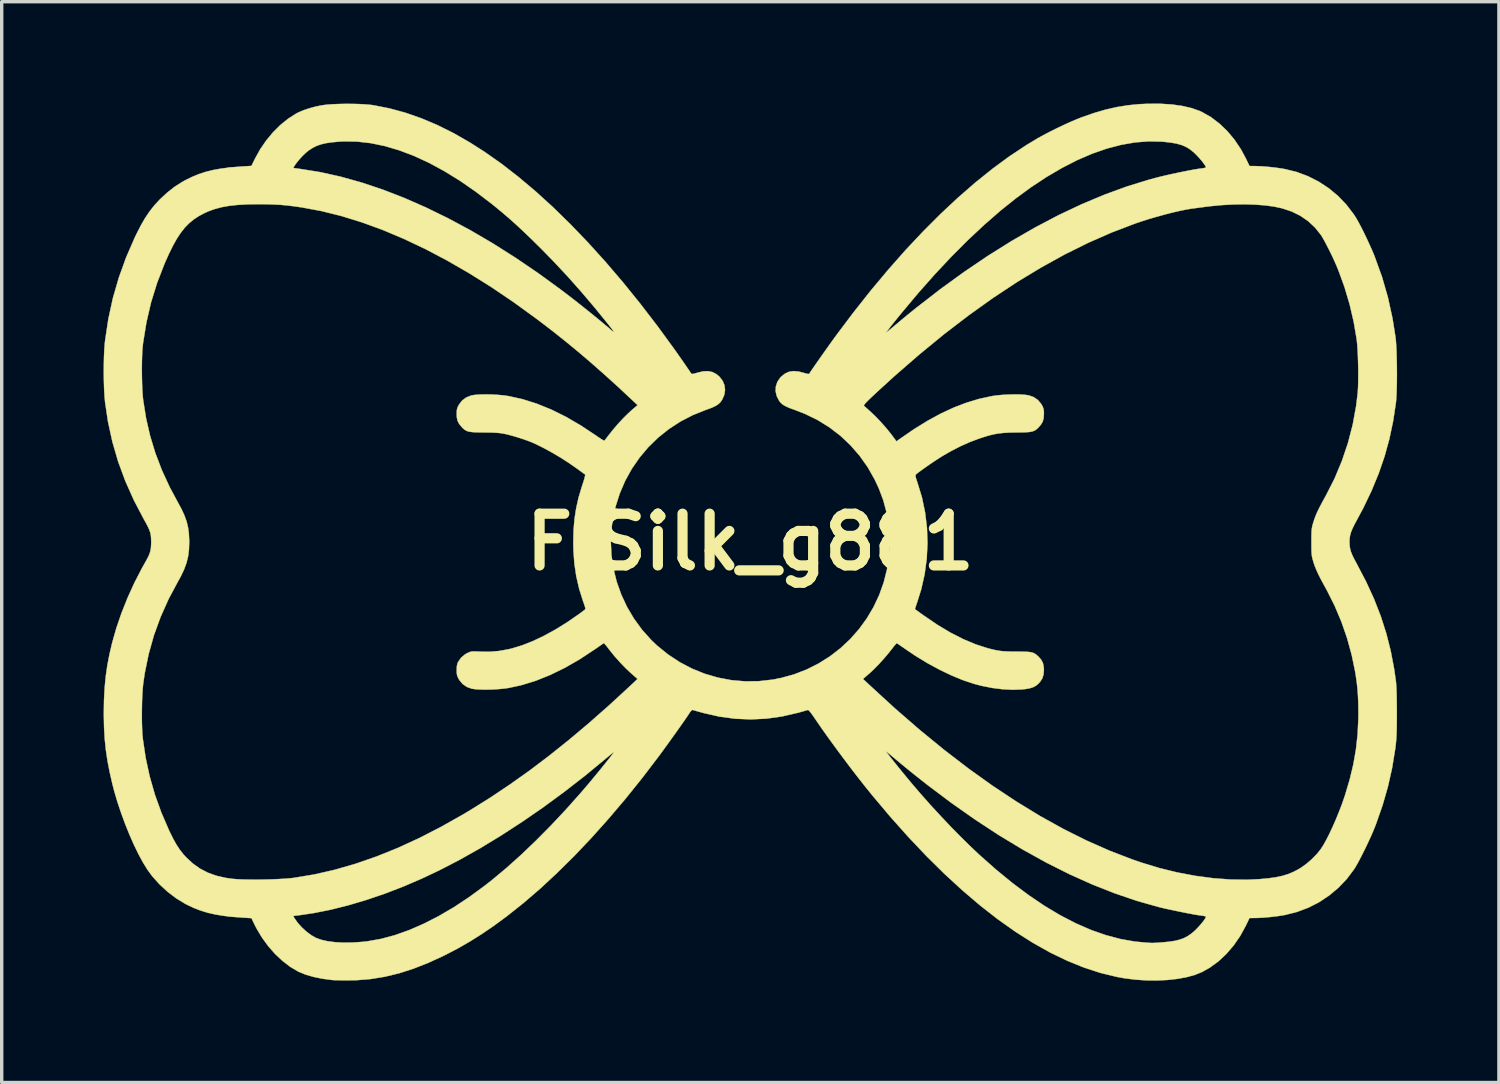
<source format=kicad_pcb>
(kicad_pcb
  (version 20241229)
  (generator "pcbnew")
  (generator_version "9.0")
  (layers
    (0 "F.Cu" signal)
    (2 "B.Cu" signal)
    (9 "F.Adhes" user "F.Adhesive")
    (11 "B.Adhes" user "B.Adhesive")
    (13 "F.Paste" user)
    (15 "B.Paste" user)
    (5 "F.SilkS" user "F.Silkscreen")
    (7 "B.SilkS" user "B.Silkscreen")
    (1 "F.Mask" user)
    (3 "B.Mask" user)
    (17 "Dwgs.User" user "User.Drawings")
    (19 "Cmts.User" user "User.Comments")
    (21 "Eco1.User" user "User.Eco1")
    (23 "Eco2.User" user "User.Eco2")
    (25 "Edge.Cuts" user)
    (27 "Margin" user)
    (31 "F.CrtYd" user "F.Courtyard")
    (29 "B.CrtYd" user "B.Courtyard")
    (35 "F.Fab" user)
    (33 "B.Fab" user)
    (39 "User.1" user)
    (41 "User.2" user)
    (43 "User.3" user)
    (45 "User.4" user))
  (footprint "F.Silk_g881"
    (layer "F.Cu")
    (at 19.044 12.911)
    (property "Reference" "F.Silk_g881" (at 0 0 0) (layer "F.SilkS") (effects (font (size 1.524 1.524) (thickness 0.3))))
    (attr through_hole)
    (fp_poly (pts (xy 12.412 -12.885) (xy 12.722 -12.841) (xy 12.998 -12.777) (xy 13.239 -12.691) (xy 13.303 -12.661) (xy 13.566 -12.511) (xy 13.815 -12.322) (xy 14.047 -12.1) (xy 14.259 -11.846) (xy 14.448 -11.564) (xy 14.591 -11.299) (xy 14.7 -11.072) (xy 14.859 -11.071) (xy 15.035 -11.065) (xy 15.235 -11.05) (xy 15.442 -11.028) (xy 15.639 -11) (xy 15.734 -10.984) (xy 16.085 -10.898) (xy 16.42 -10.773) (xy 16.738 -10.612) (xy 17.035 -10.417) (xy 17.308 -10.19) (xy 17.554 -9.933) (xy 17.771 -9.649) (xy 17.847 -9.53) (xy 17.909 -9.42) (xy 17.984 -9.279) (xy 18.065 -9.118) (xy 18.148 -8.945) (xy 18.23 -8.769) (xy 18.306 -8.599) (xy 18.371 -8.445) (xy 18.383 -8.414) (xy 18.6 -7.814) (xy 18.776 -7.205) (xy 18.912 -6.584) (xy 19.001 -6.022) (xy 19.013 -5.901) (xy 19.023 -5.746) (xy 19.031 -5.565) (xy 19.036 -5.365) (xy 19.04 -5.155) (xy 19.041 -4.942) (xy 19.04 -4.733) (xy 19.036 -4.537) (xy 19.03 -4.36) (xy 19.022 -4.212) (xy 19.012 -4.106) (xy 18.93 -3.562) (xy 18.819 -3.036) (xy 18.678 -2.524) (xy 18.504 -2.018) (xy 18.296 -1.514) (xy 18.052 -1.004) (xy 17.867 -0.658) (xy 17.787 -0.51) (xy 17.729 -0.389) (xy 17.688 -0.287) (xy 17.662 -0.195) (xy 17.648 -0.104) (xy 17.644 -0.007) (xy 17.644 0) (xy 17.648 0.098) (xy 17.661 0.188) (xy 17.685 0.28) (xy 17.725 0.382) (xy 17.783 0.501) (xy 17.861 0.646) (xy 17.867 0.658) (xy 18.137 1.174) (xy 18.369 1.681) (xy 18.566 2.185) (xy 18.728 2.692) (xy 18.859 3.208) (xy 18.96 3.74) (xy 19.012 4.106) (xy 19.021 4.21) (xy 19.029 4.353) (xy 19.034 4.533) (xy 19.037 4.747) (xy 19.039 4.992) (xy 19.039 5.038) (xy 19.038 5.243) (xy 19.037 5.414) (xy 19.034 5.555) (xy 19.03 5.676) (xy 19.024 5.782) (xy 19.016 5.88) (xy 19.006 5.977) (xy 18.993 6.081) (xy 18.991 6.096) (xy 18.899 6.657) (xy 18.776 7.205) (xy 18.62 7.748) (xy 18.429 8.295) (xy 18.379 8.424) (xy 18.326 8.552) (xy 18.261 8.699) (xy 18.187 8.859) (xy 18.108 9.024) (xy 18.027 9.186) (xy 17.949 9.338) (xy 17.878 9.471) (xy 17.816 9.578) (xy 17.783 9.631) (xy 17.566 9.92) (xy 17.319 10.18) (xy 17.045 10.409) (xy 16.748 10.607) (xy 16.429 10.769) (xy 16.092 10.895) (xy 15.741 10.983) (xy 15.734 10.984) (xy 15.549 11.014) (xy 15.345 11.039) (xy 15.139 11.058) (xy 14.948 11.069) (xy 14.859 11.071) (xy 14.7 11.072) (xy 14.591 11.299) (xy 14.425 11.602) (xy 14.233 11.88) (xy 14.018 12.13) (xy 13.784 12.349) (xy 13.533 12.532) (xy 13.303 12.661) (xy 13.094 12.746) (xy 12.851 12.813) (xy 12.58 12.863) (xy 12.288 12.896) (xy 11.979 12.911) (xy 11.66 12.908) (xy 11.336 12.886) (xy 11.012 12.845) (xy 10.787 12.804) (xy 10.305 12.687) (xy 9.817 12.527) (xy 9.323 12.326) (xy 8.823 12.084) (xy 8.318 11.8) (xy 7.808 11.476) (xy 7.293 11.112) (xy 6.773 10.706) (xy 6.25 10.261) (xy 5.722 9.776) (xy 5.19 9.251) (xy 4.655 8.686) (xy 4.116 8.082) (xy 3.575 7.439) (xy 3.568 7.429) (xy 3.372 7.187) (xy 3.164 6.922) (xy 2.948 6.642) (xy 2.731 6.353) (xy 2.595 6.17) (xy 4 6.17) (xy 4.013 6.19) (xy 4.049 6.239) (xy 4.105 6.311) (xy 4.176 6.401) (xy 4.26 6.506) (xy 4.352 6.621) (xy 4.449 6.74) (xy 4.547 6.86) (xy 4.643 6.976) (xy 4.729 7.08) (xy 5.007 7.405) (xy 5.301 7.737) (xy 5.605 8.067) (xy 5.911 8.391) (xy 6.214 8.699) (xy 6.506 8.985) (xy 6.738 9.204) (xy 7.233 9.643) (xy 7.72 10.042) (xy 8.198 10.399) (xy 8.667 10.716) (xy 9.129 10.992) (xy 9.583 11.227) (xy 10.03 11.422) (xy 10.469 11.576) (xy 10.902 11.691) (xy 11.328 11.766) (xy 11.663 11.797) (xy 11.736 11.801) (xy 11.798 11.805) (xy 11.822 11.807) (xy 11.859 11.806) (xy 11.928 11.803) (xy 12.019 11.797) (xy 12.121 11.79) (xy 12.329 11.77) (xy 12.502 11.744) (xy 12.648 11.708) (xy 12.773 11.662) (xy 12.886 11.602) (xy 12.994 11.526) (xy 13.037 11.491) (xy 13.108 11.427) (xy 13.181 11.352) (xy 13.253 11.272) (xy 13.317 11.195) (xy 13.37 11.125) (xy 13.405 11.069) (xy 13.418 11.034) (xy 13.414 11.026) (xy 13.38 11.016) (xy 13.319 11.005) (xy 13.261 10.997) (xy 13.182 10.986) (xy 13.071 10.967) (xy 12.934 10.941) (xy 12.781 10.912) (xy 12.619 10.879) (xy 12.456 10.845) (xy 12.301 10.812) (xy 12.162 10.781) (xy 12.046 10.753) (xy 12.038 10.751) (xy 11.392 10.569) (xy 10.736 10.346) (xy 10.071 10.084) (xy 9.397 9.781) (xy 8.715 9.439) (xy 8.027 9.058) (xy 7.332 8.639) (xy 6.632 8.181) (xy 5.927 7.686) (xy 5.218 7.154) (xy 4.794 6.819) (xy 4.669 6.718) (xy 4.541 6.613) (xy 4.418 6.512) (xy 4.309 6.421) (xy 4.223 6.348) (xy 4.207 6.335) (xy 4.13 6.27) (xy 4.066 6.217) (xy 4.021 6.182) (xy 4.001 6.169) (xy 4 6.17) (xy 2.595 6.17) (xy 2.517 6.065) (xy 2.312 5.783) (xy 2.121 5.515) (xy 1.952 5.27) (xy 1.899 5.192) (xy 1.822 5.081) (xy 1.764 5.004) (xy 1.724 4.959) (xy 1.698 4.944) (xy 1.693 4.945) (xy 1.662 4.955) (xy 1.598 4.973) (xy 1.511 4.998) (xy 1.41 5.026) (xy 1.397 5.029) (xy 0.934 5.136) (xy 0.473 5.201) (xy 0.012 5.223) (xy -0.448 5.203) (xy -0.909 5.141) (xy -1.372 5.036) (xy -1.397 5.029) (xy -1.499 5.001) (xy -1.588 4.976) (xy -1.655 4.956) (xy -1.691 4.945) (xy -1.693 4.944) (xy -1.724 4.952) (xy -1.765 4.997) (xy -1.789 5.032) (xy -1.831 5.097) (xy -1.895 5.191) (xy -1.977 5.309) (xy -2.072 5.444) (xy -2.176 5.591) (xy -2.287 5.746) (xy -2.399 5.902) (xy -2.51 6.055) (xy -2.614 6.198) (xy -2.695 6.308) (xy -3.183 6.948) (xy -3.678 7.564) (xy -4.178 8.153) (xy -4.68 8.714) (xy -5.183 9.244) (xy -5.686 9.741) (xy -6.184 10.204) (xy -6.678 10.629) (xy -7.164 11.015) (xy -7.2 11.042) (xy -7.562 11.308) (xy -7.909 11.544) (xy -8.251 11.759) (xy -8.596 11.958) (xy -8.956 12.146) (xy -9.028 12.182) (xy -9.481 12.391) (xy -9.918 12.563) (xy -10.345 12.7) (xy -10.764 12.801) (xy -11.18 12.869) (xy -11.596 12.903) (xy -11.896 12.908) (xy -12.019 12.907) (xy -12.133 12.904) (xy -12.228 12.902) (xy -12.295 12.899) (xy -12.319 12.897) (xy -12.602 12.859) (xy -12.863 12.805) (xy -13.095 12.738) (xy -13.293 12.657) (xy -13.319 12.645) (xy -13.551 12.507) (xy -13.778 12.332) (xy -13.996 12.127) (xy -14.199 11.895) (xy -14.382 11.644) (xy -14.54 11.379) (xy -14.595 11.272) (xy -14.689 11.076) (xy -14.927 11.061) (xy -15.237 11.038) (xy -15.469 11.012) (xy -13.461 11.012) (xy -13.425 11.074) (xy -13.33 11.21) (xy -13.207 11.347) (xy -13.068 11.474) (xy -12.924 11.581) (xy -12.792 11.656) (xy -12.634 11.713) (xy -12.443 11.756) (xy -12.223 11.784) (xy -11.979 11.797) (xy -11.719 11.794) (xy -11.446 11.776) (xy -11.27 11.757) (xy -10.873 11.686) (xy -10.464 11.576) (xy -10.044 11.427) (xy -9.615 11.24) (xy -9.177 11.016) (xy -8.732 10.756) (xy -8.283 10.459) (xy -7.829 10.127) (xy -7.599 9.947) (xy -7.18 9.597) (xy -6.749 9.211) (xy -6.312 8.793) (xy -5.87 8.347) (xy -5.429 7.877) (xy -4.992 7.386) (xy -4.856 7.228) (xy -4.769 7.125) (xy -4.673 7.011) (xy -4.573 6.89) (xy -4.471 6.766) (xy -4.372 6.644) (xy -4.278 6.527) (xy -4.193 6.421) (xy -4.12 6.329) (xy -4.064 6.255) (xy -4.026 6.205) (xy -4.012 6.182) (xy -4.012 6.181) (xy -4.032 6.194) (xy -4.078 6.23) (xy -4.144 6.284) (xy -4.226 6.352) (xy -4.282 6.399) (xy -4.876 6.889) (xy -5.483 7.36) (xy -6.097 7.811) (xy -6.716 8.238) (xy -7.335 8.64) (xy -7.95 9.014) (xy -8.559 9.357) (xy -9.156 9.666) (xy -9.663 9.906) (xy -10.21 10.142) (xy -10.758 10.353) (xy -11.301 10.538) (xy -11.834 10.696) (xy -12.352 10.826) (xy -12.852 10.926) (xy -13.255 10.986) (xy -13.461 11.012) (xy -15.469 11.012) (xy -15.511 11.007) (xy -15.756 10.967) (xy -15.979 10.916) (xy -16.187 10.852) (xy -16.387 10.775) (xy -16.584 10.682) (xy -16.636 10.655) (xy -16.903 10.493) (xy -17.161 10.297) (xy -17.401 10.076) (xy -17.615 9.836) (xy -17.754 9.646) (xy -17.884 9.435) (xy -18.017 9.189) (xy -18.151 8.914) (xy -18.282 8.617) (xy -18.407 8.306) (xy -18.525 7.986) (xy -18.633 7.664) (xy -18.727 7.348) (xy -18.784 7.127) (xy -18.866 6.77) (xy -18.93 6.437) (xy -18.978 6.115) (xy -19.011 5.792) (xy -19.03 5.456) (xy -19.037 5.094) (xy -19.037 5.027) (xy -19.031 4.643) (xy -19.012 4.288) (xy -18.98 3.952) (xy -18.932 3.623) (xy -18.867 3.289) (xy -18.793 2.974) (xy -18.67 2.54) (xy -18.517 2.093) (xy -18.338 1.644) (xy -18.138 1.204) (xy -17.922 0.785) (xy -17.849 0.654) (xy -17.775 0.522) (xy -17.721 0.417) (xy -17.684 0.327) (xy -17.661 0.245) (xy -17.648 0.159) (xy -17.643 0.061) (xy -17.642 0) (xy -17.644 -0.103) (xy -17.651 -0.19) (xy -17.666 -0.269) (xy -17.693 -0.349) (xy -17.733 -0.44) (xy -17.789 -0.549) (xy -17.861 -0.677) (xy -18.154 -1.235) (xy -18.405 -1.799) (xy -18.616 -2.371) (xy -18.785 -2.952) (xy -18.914 -3.543) (xy -19 -4.117) (xy -19.016 -4.294) (xy -19.028 -4.503) (xy -19.035 -4.734) (xy -19.039 -4.977) (xy -19.038 -5.08) (xy -17.917 -5.08) (xy -17.915 -4.868) (xy -17.91 -4.66) (xy -17.902 -4.467) (xy -17.89 -4.297) (xy -17.878 -4.18) (xy -17.793 -3.646) (xy -17.674 -3.127) (xy -17.519 -2.618) (xy -17.327 -2.116) (xy -17.096 -1.615) (xy -16.86 -1.175) (xy -16.747 -0.966) (xy -16.661 -0.778) (xy -16.598 -0.602) (xy -16.556 -0.427) (xy -16.532 -0.245) (xy -16.523 -0.045) (xy -16.522 0) (xy -16.53 0.224) (xy -16.556 0.427) (xy -16.604 0.62) (xy -16.675 0.813) (xy -16.773 1.017) (xy -16.85 1.156) (xy -17.129 1.678) (xy -17.366 2.209) (xy -17.563 2.751) (xy -17.718 3.304) (xy -17.833 3.867) (xy -17.878 4.18) (xy -17.892 4.324) (xy -17.903 4.498) (xy -17.911 4.695) (xy -17.915 4.904) (xy -17.917 5.116) (xy -17.915 5.322) (xy -17.909 5.512) (xy -17.9 5.678) (xy -17.889 5.789) (xy -17.805 6.354) (xy -17.687 6.901) (xy -17.533 7.438) (xy -17.342 7.969) (xy -17.111 8.503) (xy -17.092 8.543) (xy -16.991 8.745) (xy -16.896 8.915) (xy -16.8 9.06) (xy -16.698 9.19) (xy -16.608 9.289) (xy -16.409 9.472) (xy -16.198 9.621) (xy -15.969 9.739) (xy -15.719 9.828) (xy -15.44 9.891) (xy -15.257 9.917) (xy -15.114 9.929) (xy -14.938 9.937) (xy -14.736 9.941) (xy -14.519 9.942) (xy -14.295 9.939) (xy -14.071 9.933) (xy -13.858 9.923) (xy -13.664 9.911) (xy -13.496 9.896) (xy -13.43 9.887) (xy -12.834 9.788) (xy -12.232 9.65) (xy -11.623 9.474) (xy -11.006 9.26) (xy -10.38 9.008) (xy -9.745 8.716) (xy -9.1 8.384) (xy -8.443 8.013) (xy -8.234 7.888) (xy -7.652 7.524) (xy -7.074 7.137) (xy -6.497 6.727) (xy -5.919 6.29) (xy -5.337 5.824) (xy -4.746 5.327) (xy -4.144 4.796) (xy -3.529 4.229) (xy -3.475 4.178) (xy -3.32 4.032) (xy -3.513 3.863) (xy -3.67 3.716) (xy -3.835 3.544) (xy -3.999 3.36) (xy -4.148 3.175) (xy -4.18 3.133) (xy -4.233 3.064) (xy -4.278 3.012) (xy -4.307 2.983) (xy -4.314 2.979) (xy -4.336 2.992) (xy -4.385 3.026) (xy -4.457 3.075) (xy -4.543 3.135) (xy -4.583 3.162) (xy -5.025 3.454) (xy -5.463 3.705) (xy -5.896 3.916) (xy -6.323 4.087) (xy -6.743 4.216) (xy -7.123 4.298) (xy -7.27 4.318) (xy -7.435 4.333) (xy -7.609 4.343) (xy -7.781 4.347) (xy -7.942 4.344) (xy -8.082 4.336) (xy -8.19 4.321) (xy -8.197 4.32) (xy -8.344 4.268) (xy -8.469 4.182) (xy -8.567 4.066) (xy -8.581 4.042) (xy -8.616 3.974) (xy -8.636 3.915) (xy -8.645 3.847) (xy -8.646 3.768) (xy -8.642 3.665) (xy -8.628 3.59) (xy -8.601 3.525) (xy -8.6 3.524) (xy -8.511 3.4) (xy -8.391 3.302) (xy -8.31 3.259) (xy -8.264 3.24) (xy -8.22 3.227) (xy -8.169 3.221) (xy -8.101 3.221) (xy -8.007 3.224) (xy -7.94 3.228) (xy -7.668 3.231) (xy -7.404 3.209) (xy -7.131 3.16) (xy -7.017 3.133) (xy -6.719 3.042) (xy -6.403 2.918) (xy -6.074 2.761) (xy -5.735 2.575) (xy -5.391 2.362) (xy -5.045 2.123) (xy -4.882 2.001) (xy -4.866 1.986) (xy -4.858 1.967) (xy -4.861 1.935) (xy -4.875 1.884) (xy -4.902 1.804) (xy -4.92 1.755) (xy -5.038 1.383) (xy -5.124 1.013) (xy -5.18 0.636) (xy -5.209 0.241) (xy -5.213 0.011) (xy -5.205 -0.347) (xy -5.177 -0.678) (xy -5.128 -0.994) (xy -5.057 -1.309) (xy -4.96 -1.634) (xy -4.941 -1.691) (xy -4.907 -1.794) (xy -4.882 -1.882) (xy -4.866 -1.947) (xy -4.861 -1.983) (xy -4.863 -1.988) (xy -4.886 -2.004) (xy -4.937 -2.041) (xy -5.007 -2.092) (xy -5.09 -2.153) (xy -5.103 -2.162) (xy -5.329 -2.32) (xy -5.574 -2.478) (xy -5.827 -2.628) (xy -6.077 -2.765) (xy -6.313 -2.882) (xy -6.424 -2.932) (xy -6.541 -2.978) (xy -6.685 -3.029) (xy -6.842 -3.08) (xy -6.998 -3.126) (xy -7.139 -3.164) (xy -7.206 -3.179) (xy -7.293 -3.196) (xy -7.379 -3.209) (xy -7.472 -3.217) (xy -7.582 -3.223) (xy -7.718 -3.226) (xy -7.842 -3.227) (xy -8.005 -3.229) (xy -8.131 -3.233) (xy -8.229 -3.242) (xy -8.305 -3.256) (xy -8.364 -3.278) (xy -8.415 -3.309) (xy -8.463 -3.35) (xy -8.501 -3.39) (xy -8.575 -3.481) (xy -8.62 -3.57) (xy -8.642 -3.673) (xy -8.646 -3.768) (xy -8.644 -3.858) (xy -8.634 -3.923) (xy -8.612 -3.982) (xy -8.581 -4.042) (xy -8.488 -4.164) (xy -8.368 -4.255) (xy -8.224 -4.313) (xy -8.197 -4.32) (xy -8.091 -4.335) (xy -7.953 -4.344) (xy -7.793 -4.347) (xy -7.622 -4.344) (xy -7.448 -4.335) (xy -7.283 -4.32) (xy -7.136 -4.3) (xy -7.127 -4.299) (xy -6.709 -4.207) (xy -6.288 -4.074) (xy -5.861 -3.901) (xy -5.428 -3.687) (xy -4.989 -3.431) (xy -4.575 -3.157) (xy -4.484 -3.094) (xy -4.404 -3.041) (xy -4.343 -3.003) (xy -4.307 -2.984) (xy -4.3 -2.983) (xy -4.282 -3.002) (xy -4.245 -3.048) (xy -4.197 -3.111) (xy -4.174 -3.141) (xy -4.045 -3.304) (xy -3.9 -3.473) (xy -3.749 -3.637) (xy -3.602 -3.783) (xy -3.508 -3.869) (xy -3.319 -4.032) (xy -3.475 -4.178) (xy -3.897 -4.572) (xy -4.299 -4.936) (xy -4.687 -5.278) (xy -5.067 -5.602) (xy -5.445 -5.913) (xy -5.826 -6.216) (xy -6.218 -6.516) (xy -6.297 -6.575) (xy -6.961 -7.057) (xy -7.621 -7.504) (xy -8.276 -7.914) (xy -8.924 -8.288) (xy -9.565 -8.626) (xy -10.198 -8.926) (xy -10.821 -9.189) (xy -11.435 -9.413) (xy -12.037 -9.599) (xy -12.627 -9.746) (xy -13.197 -9.852) (xy -13.424 -9.885) (xy -13.627 -9.91) (xy -13.821 -9.928) (xy -14.017 -9.939) (xy -14.229 -9.946) (xy -14.469 -9.948) (xy -14.503 -9.948) (xy -14.819 -9.943) (xy -15.1 -9.927) (xy -15.349 -9.899) (xy -15.573 -9.859) (xy -15.776 -9.804) (xy -15.964 -9.736) (xy -16.076 -9.685) (xy -16.241 -9.597) (xy -16.39 -9.499) (xy -16.526 -9.387) (xy -16.652 -9.258) (xy -16.771 -9.107) (xy -16.887 -8.931) (xy -17.002 -8.725) (xy -17.12 -8.486) (xy -17.243 -8.21) (xy -17.251 -8.192) (xy -17.468 -7.63) (xy -17.646 -7.057) (xy -17.782 -6.472) (xy -17.879 -5.874) (xy -17.889 -5.789) (xy -17.902 -5.652) (xy -17.91 -5.481) (xy -17.915 -5.288) (xy -17.917 -5.08) (xy -19.038 -5.08) (xy -19.037 -5.221) (xy -19.032 -5.457) (xy -19.022 -5.676) (xy -19.007 -5.866) (xy -18.999 -5.937) (xy -18.904 -6.566) (xy -18.77 -7.182) (xy -18.595 -7.786) (xy -18.38 -8.382) (xy -18.123 -8.972) (xy -18.073 -9.075) (xy -17.944 -9.327) (xy -17.818 -9.545) (xy -17.688 -9.737) (xy -17.55 -9.912) (xy -17.399 -10.076) (xy -17.378 -10.097) (xy -17.163 -10.296) (xy -16.949 -10.463) (xy -16.725 -10.606) (xy -16.636 -10.655) (xy -16.438 -10.752) (xy -16.24 -10.834) (xy -16.034 -10.901) (xy -15.815 -10.955) (xy -15.576 -10.998) (xy -15.447 -11.014) (xy -13.46 -11.014) (xy -13.255 -10.987) (xy -12.669 -10.893) (xy -12.068 -10.76) (xy -11.455 -10.589) (xy -10.831 -10.381) (xy -10.196 -10.135) (xy -9.553 -9.853) (xy -8.902 -9.535) (xy -8.245 -9.183) (xy -7.583 -8.795) (xy -6.918 -8.374) (xy -6.25 -7.92) (xy -5.581 -7.433) (xy -5.228 -7.163) (xy -5.093 -7.058) (xy -4.948 -6.942) (xy -4.798 -6.823) (xy -4.649 -6.703) (xy -4.507 -6.587) (xy -4.377 -6.48) (xy -4.265 -6.386) (xy -4.175 -6.311) (xy -4.124 -6.265) (xy -4.072 -6.22) (xy -4.032 -6.19) (xy -4.016 -6.182) (xy -4.022 -6.197) (xy -4.05 -6.238) (xy -4.096 -6.301) (xy -4.156 -6.377) (xy -4.163 -6.387) (xy -4.574 -6.893) (xy -4.977 -7.368) (xy -5.377 -7.819) (xy -5.783 -8.253) (xy -6.148 -8.627) (xy -6.407 -8.883) (xy -6.645 -9.113) (xy -6.869 -9.322) (xy -7.086 -9.517) (xy -7.303 -9.703) (xy -7.526 -9.887) (xy -7.609 -9.954) (xy -8.081 -10.314) (xy -8.546 -10.636) (xy -9.005 -10.919) (xy -9.456 -11.164) (xy -9.9 -11.369) (xy -10.335 -11.534) (xy -10.761 -11.66) (xy -11.177 -11.746) (xy -11.582 -11.792) (xy -11.977 -11.798) (xy -12.117 -11.79) (xy -12.324 -11.77) (xy -12.497 -11.745) (xy -12.643 -11.71) (xy -12.771 -11.665) (xy -12.888 -11.606) (xy -13.002 -11.532) (xy -13.035 -11.507) (xy -13.113 -11.44) (xy -13.202 -11.352) (xy -13.291 -11.253) (xy -13.368 -11.157) (xy -13.424 -11.076) (xy -13.424 -11.076) (xy -13.46 -11.014) (xy -15.447 -11.014) (xy -15.31 -11.031) (xy -15.01 -11.056) (xy -14.928 -11.061) (xy -14.69 -11.076) (xy -14.59 -11.279) (xy -14.436 -11.559) (xy -14.255 -11.823) (xy -14.054 -12.066) (xy -13.836 -12.282) (xy -13.606 -12.468) (xy -13.37 -12.618) (xy -13.319 -12.645) (xy -13.167 -12.711) (xy -12.986 -12.772) (xy -12.791 -12.825) (xy -12.605 -12.862) (xy -12.471 -12.879) (xy -12.306 -12.891) (xy -12.118 -12.899) (xy -11.916 -12.903) (xy -11.712 -12.902) (xy -11.514 -12.897) (xy -11.332 -12.887) (xy -11.177 -12.873) (xy -11.102 -12.863) (xy -10.628 -12.77) (xy -10.157 -12.642) (xy -9.687 -12.478) (xy -9.214 -12.278) (xy -8.737 -12.04) (xy -8.253 -11.763) (xy -7.821 -11.487) (xy -7.326 -11.139) (xy -6.825 -10.75) (xy -6.318 -10.323) (xy -5.807 -9.858) (xy -5.294 -9.356) (xy -4.779 -8.82) (xy -4.264 -8.251) (xy -3.75 -7.649) (xy -3.239 -7.017) (xy -2.731 -6.356) (xy -2.228 -5.666) (xy -1.98 -5.313) (xy -1.908 -5.208) (xy -1.844 -5.115) (xy -1.791 -5.038) (xy -1.755 -4.984) (xy -1.739 -4.959) (xy -1.739 -4.959) (xy -1.72 -4.949) (xy -1.678 -4.953) (xy -1.607 -4.971) (xy -1.56 -4.985) (xy -1.39 -5.026) (xy -1.241 -5.032) (xy -1.109 -5.003) (xy -0.989 -4.938) (xy -0.907 -4.867) (xy -0.814 -4.747) (xy -0.759 -4.613) (xy -0.744 -4.472) (xy -0.768 -4.328) (xy -0.832 -4.186) (xy -0.85 -4.158) (xy -0.898 -4.099) (xy -0.958 -4.047) (xy -1.037 -4) (xy -1.142 -3.952) (xy -1.282 -3.901) (xy -1.302 -3.894) (xy -1.69 -3.739) (xy -2.057 -3.549) (xy -2.398 -3.327) (xy -2.714 -3.075) (xy -3.002 -2.794) (xy -3.261 -2.487) (xy -3.489 -2.156) (xy -3.684 -1.804) (xy -3.844 -1.432) (xy -3.968 -1.042) (xy -4.055 -0.637) (xy -4.084 -0.419) (xy -4.107 -0.017) (xy -4.089 0.384) (xy -4.03 0.78) (xy -3.934 1.169) (xy -3.8 1.547) (xy -3.63 1.911) (xy -3.425 2.257) (xy -3.187 2.584) (xy -2.916 2.886) (xy -2.741 3.053) (xy -2.418 3.314) (xy -2.075 3.539) (xy -1.715 3.728) (xy -1.339 3.88) (xy -0.951 3.993) (xy -0.554 4.068) (xy -0.151 4.103) (xy 0.256 4.097) (xy 0.664 4.051) (xy 0.762 4.032) (xy 3.319 4.032) (xy 3.517 4.218) (xy 4.253 4.893) (xy 4.983 5.527) (xy 5.706 6.118) (xy 6.422 6.668) (xy 7.132 7.176) (xy 7.835 7.642) (xy 8.531 8.067) (xy 9.221 8.45) (xy 9.904 8.791) (xy 10.581 9.09) (xy 11.251 9.348) (xy 11.512 9.438) (xy 12.042 9.599) (xy 12.575 9.73) (xy 13.107 9.83) (xy 13.632 9.9) (xy 14.146 9.938) (xy 14.643 9.944) (xy 15.008 9.926) (xy 15.261 9.902) (xy 15.48 9.871) (xy 15.671 9.83) (xy 15.842 9.777) (xy 16.001 9.71) (xy 16.155 9.628) (xy 16.208 9.596) (xy 16.37 9.481) (xy 16.532 9.342) (xy 16.68 9.191) (xy 16.795 9.049) (xy 16.873 8.928) (xy 16.96 8.773) (xy 17.053 8.591) (xy 17.148 8.387) (xy 17.244 8.169) (xy 17.336 7.943) (xy 17.423 7.716) (xy 17.5 7.494) (xy 17.512 7.458) (xy 17.65 6.995) (xy 17.757 6.549) (xy 17.834 6.109) (xy 17.883 5.668) (xy 17.905 5.214) (xy 17.907 5.038) (xy 17.904 4.777) (xy 17.895 4.545) (xy 17.88 4.328) (xy 17.856 4.113) (xy 17.823 3.888) (xy 17.811 3.817) (xy 17.71 3.327) (xy 17.574 2.833) (xy 17.406 2.347) (xy 17.208 1.878) (xy 16.985 1.434) (xy 16.965 1.397) (xy 16.864 1.213) (xy 16.782 1.059) (xy 16.717 0.928) (xy 16.665 0.813) (xy 16.623 0.709) (xy 16.588 0.607) (xy 16.581 0.582) (xy 16.56 0.511) (xy 16.545 0.45) (xy 16.534 0.389) (xy 16.528 0.319) (xy 16.524 0.232) (xy 16.523 0.119) (xy 16.523 0) (xy 16.523 -0.141) (xy 16.525 -0.249) (xy 16.529 -0.332) (xy 16.536 -0.4) (xy 16.547 -0.46) (xy 16.563 -0.522) (xy 16.581 -0.582) (xy 16.611 -0.675) (xy 16.644 -0.765) (xy 16.684 -0.86) (xy 16.734 -0.965) (xy 16.797 -1.087) (xy 16.876 -1.234) (xy 16.954 -1.376) (xy 17.206 -1.872) (xy 17.421 -2.388) (xy 17.6 -2.918) (xy 17.74 -3.459) (xy 17.84 -4.006) (xy 17.887 -4.399) (xy 17.896 -4.54) (xy 17.901 -4.711) (xy 17.903 -4.905) (xy 17.902 -5.111) (xy 17.897 -5.319) (xy 17.89 -5.521) (xy 17.88 -5.707) (xy 17.867 -5.868) (xy 17.856 -5.969) (xy 17.768 -6.486) (xy 17.647 -7.004) (xy 17.496 -7.512) (xy 17.319 -7.998) (xy 17.258 -8.146) (xy 17.194 -8.29) (xy 17.123 -8.443) (xy 17.048 -8.596) (xy 16.973 -8.742) (xy 16.904 -8.873) (xy 16.843 -8.979) (xy 16.804 -9.042) (xy 16.63 -9.26) (xy 16.427 -9.449) (xy 16.196 -9.608) (xy 15.938 -9.735) (xy 15.656 -9.828) (xy 15.648 -9.83) (xy 15.418 -9.879) (xy 15.154 -9.914) (xy 14.863 -9.936) (xy 14.55 -9.945) (xy 14.224 -9.94) (xy 13.889 -9.922) (xy 13.554 -9.89) (xy 13.409 -9.872) (xy 13.294 -9.857) (xy 13.175 -9.841) (xy 13.069 -9.827) (xy 13.022 -9.821) (xy 12.859 -9.795) (xy 12.665 -9.756) (xy 12.447 -9.706) (xy 12.213 -9.646) (xy 11.973 -9.58) (xy 11.732 -9.51) (xy 11.501 -9.436) (xy 11.334 -9.379) (xy 10.649 -9.118) (xy 9.958 -8.815) (xy 9.263 -8.471) (xy 8.563 -8.084) (xy 7.857 -7.657) (xy 7.146 -7.187) (xy 6.43 -6.675) (xy 5.708 -6.122) (xy 4.982 -5.527) (xy 4.249 -4.89) (xy 3.719 -4.406) (xy 3.594 -4.289) (xy 3.498 -4.197) (xy 3.428 -4.128) (xy 3.381 -4.077) (xy 3.354 -4.042) (xy 3.345 -4.02) (xy 3.349 -4.01) (xy 3.376 -3.986) (xy 3.426 -3.94) (xy 3.491 -3.882) (xy 3.535 -3.843) (xy 3.674 -3.712) (xy 3.823 -3.557) (xy 3.972 -3.391) (xy 4.109 -3.225) (xy 4.175 -3.139) (xy 4.304 -2.965) (xy 4.408 -3.039) (xy 4.822 -3.324) (xy 5.222 -3.571) (xy 5.61 -3.782) (xy 5.99 -3.959) (xy 6.363 -4.102) (xy 6.734 -4.214) (xy 7.104 -4.295) (xy 7.127 -4.299) (xy 7.272 -4.319) (xy 7.436 -4.334) (xy 7.61 -4.343) (xy 7.781 -4.347) (xy 7.942 -4.345) (xy 8.082 -4.336) (xy 8.19 -4.321) (xy 8.197 -4.32) (xy 8.344 -4.268) (xy 8.469 -4.182) (xy 8.567 -4.066) (xy 8.581 -4.042) (xy 8.616 -3.974) (xy 8.636 -3.915) (xy 8.645 -3.847) (xy 8.646 -3.768) (xy 8.638 -3.645) (xy 8.611 -3.547) (xy 8.56 -3.459) (xy 8.501 -3.39) (xy 8.451 -3.339) (xy 8.403 -3.3) (xy 8.351 -3.272) (xy 8.288 -3.252) (xy 8.208 -3.239) (xy 8.104 -3.232) (xy 7.969 -3.228) (xy 7.842 -3.227) (xy 7.637 -3.224) (xy 7.462 -3.214) (xy 7.306 -3.197) (xy 7.157 -3.17) (xy 7.004 -3.131) (xy 6.835 -3.079) (xy 6.751 -3.051) (xy 6.469 -2.946) (xy 6.195 -2.824) (xy 5.916 -2.681) (xy 5.664 -2.536) (xy 5.579 -2.483) (xy 5.479 -2.418) (xy 5.369 -2.345) (xy 5.256 -2.268) (xy 5.147 -2.192) (xy 5.048 -2.121) (xy 4.965 -2.06) (xy 4.905 -2.014) (xy 4.874 -1.985) (xy 4.873 -1.985) (xy 4.865 -1.962) (xy 4.867 -1.924) (xy 4.884 -1.862) (xy 4.915 -1.769) (xy 4.922 -1.748) (xy 5.054 -1.317) (xy 5.147 -0.873) (xy 5.202 -0.42) (xy 5.218 0.037) (xy 5.195 0.494) (xy 5.134 0.947) (xy 5.034 1.392) (xy 4.92 1.754) (xy 4.89 1.843) (xy 4.866 1.915) (xy 4.852 1.963) (xy 4.85 1.978) (xy 4.869 1.992) (xy 4.916 2.026) (xy 4.984 2.076) (xy 5.067 2.135) (xy 5.091 2.152) (xy 5.495 2.428) (xy 5.888 2.664) (xy 6.27 2.859) (xy 6.641 3.015) (xy 7.003 3.131) (xy 7.197 3.178) (xy 7.286 3.195) (xy 7.371 3.208) (xy 7.461 3.217) (xy 7.566 3.222) (xy 7.695 3.226) (xy 7.842 3.227) (xy 8 3.228) (xy 8.122 3.231) (xy 8.216 3.238) (xy 8.287 3.25) (xy 8.344 3.269) (xy 8.392 3.295) (xy 8.439 3.332) (xy 8.484 3.373) (xy 8.568 3.468) (xy 8.619 3.569) (xy 8.642 3.689) (xy 8.646 3.768) (xy 8.634 3.905) (xy 8.598 4.019) (xy 8.53 4.121) (xy 8.484 4.171) (xy 8.413 4.23) (xy 8.333 4.274) (xy 8.233 4.306) (xy 8.106 4.329) (xy 7.992 4.341) (xy 7.722 4.35) (xy 7.428 4.335) (xy 7.121 4.296) (xy 6.813 4.235) (xy 6.595 4.178) (xy 6.269 4.07) (xy 5.926 3.929) (xy 5.572 3.759) (xy 5.214 3.565) (xy 4.858 3.348) (xy 4.583 3.162) (xy 4.492 3.099) (xy 4.413 3.045) (xy 4.354 3.004) (xy 4.319 2.982) (xy 4.314 2.979) (xy 4.296 2.993) (xy 4.259 3.033) (xy 4.21 3.094) (xy 4.181 3.133) (xy 4.062 3.283) (xy 3.926 3.442) (xy 3.783 3.6) (xy 3.642 3.744) (xy 3.513 3.864) (xy 3.499 3.876) (xy 3.319 4.032) (xy 0.762 4.032) (xy 0.887 4.008) (xy 1.281 3.9) (xy 1.657 3.755) (xy 2.013 3.576) (xy 2.347 3.365) (xy 2.658 3.125) (xy 2.944 2.857) (xy 3.202 2.564) (xy 3.431 2.249) (xy 3.63 1.913) (xy 3.797 1.558) (xy 3.929 1.188) (xy 4.025 0.805) (xy 4.084 0.41) (xy 4.102 0.006) (xy 4.099 -0.138) (xy 4.069 -0.522) (xy 4.009 -0.883) (xy 3.916 -1.231) (xy 3.787 -1.574) (xy 3.664 -1.838) (xy 3.458 -2.203) (xy 3.219 -2.54) (xy 2.95 -2.85) (xy 2.652 -3.131) (xy 2.326 -3.38) (xy 1.975 -3.597) (xy 1.6 -3.779) (xy 1.302 -3.894) (xy 1.158 -3.946) (xy 1.049 -3.994) (xy 0.966 -4.041) (xy 0.904 -4.092) (xy 0.855 -4.15) (xy 0.85 -4.158) (xy 0.778 -4.298) (xy 0.745 -4.442) (xy 0.753 -4.584) (xy 0.799 -4.72) (xy 0.885 -4.844) (xy 0.907 -4.867) (xy 1.021 -4.959) (xy 1.144 -5.015) (xy 1.28 -5.034) (xy 1.435 -5.018) (xy 1.56 -4.985) (xy 1.648 -4.96) (xy 1.703 -4.949) (xy 1.732 -4.952) (xy 1.739 -4.959) (xy 1.761 -4.995) (xy 1.805 -5.06) (xy 1.867 -5.15) (xy 1.942 -5.258) (xy 2.027 -5.38) (xy 2.119 -5.511) (xy 2.214 -5.645) (xy 2.308 -5.778) (xy 2.398 -5.904) (xy 2.481 -6.018) (xy 2.528 -6.082) (xy 2.594 -6.171) (xy 4 -6.171) (xy 4.016 -6.18) (xy 4.058 -6.212) (xy 4.121 -6.264) (xy 4.201 -6.33) (xy 4.27 -6.389) (xy 4.379 -6.48) (xy 4.508 -6.588) (xy 4.647 -6.702) (xy 4.784 -6.813) (xy 4.879 -6.89) (xy 5.586 -7.438) (xy 6.291 -7.95) (xy 6.993 -8.425) (xy 7.692 -8.863) (xy 8.386 -9.262) (xy 9.074 -9.624) (xy 9.756 -9.946) (xy 10.43 -10.229) (xy 11.096 -10.472) (xy 11.753 -10.674) (xy 11.97 -10.732) (xy 12.101 -10.765) (xy 12.254 -10.801) (xy 12.421 -10.838) (xy 12.594 -10.875) (xy 12.765 -10.91) (xy 12.926 -10.942) (xy 13.069 -10.968) (xy 13.185 -10.988) (xy 13.261 -10.998) (xy 13.333 -11.008) (xy 13.39 -11.019) (xy 13.414 -11.026) (xy 13.415 -11.048) (xy 13.39 -11.093) (xy 13.346 -11.156) (xy 13.288 -11.231) (xy 13.219 -11.311) (xy 13.146 -11.389) (xy 13.074 -11.461) (xy 13.042 -11.489) (xy 12.934 -11.573) (xy 12.822 -11.64) (xy 12.697 -11.692) (xy 12.554 -11.732) (xy 12.385 -11.762) (xy 12.182 -11.785) (xy 12.118 -11.79) (xy 11.73 -11.799) (xy 11.33 -11.768) (xy 10.919 -11.696) (xy 10.498 -11.586) (xy 10.068 -11.436) (xy 9.629 -11.247) (xy 9.183 -11.019) (xy 8.729 -10.753) (xy 8.268 -10.449) (xy 7.802 -10.107) (xy 7.366 -9.757) (xy 6.892 -9.344) (xy 6.409 -8.892) (xy 5.921 -8.403) (xy 5.429 -7.878) (xy 4.935 -7.32) (xy 4.441 -6.73) (xy 4.258 -6.504) (xy 4.179 -6.405) (xy 4.109 -6.316) (xy 4.054 -6.244) (xy 4.016 -6.194) (xy 4.001 -6.171) (xy 4 -6.171) (xy 2.594 -6.171) (xy 3.035 -6.757) (xy 3.546 -7.403) (xy 4.06 -8.017) (xy 4.575 -8.6) (xy 5.091 -9.149) (xy 5.606 -9.664) (xy 6.12 -10.144) (xy 6.63 -10.588) (xy 7.136 -10.994) (xy 7.637 -11.362) (xy 8.132 -11.69) (xy 8.475 -11.896) (xy 8.639 -11.986) (xy 8.826 -12.084) (xy 9.027 -12.184) (xy 9.232 -12.281) (xy 9.429 -12.371) (xy 9.61 -12.448) (xy 9.758 -12.507) (xy 10.121 -12.633) (xy 10.463 -12.733) (xy 10.793 -12.808) (xy 11.121 -12.861) (xy 11.455 -12.894) (xy 11.696 -12.905) (xy 12.07 -12.906) (xy 12.412 -12.885)) (stroke (width 0.01) (type solid)) (fill yes) (layer "F.SilkS")))
  (gr_rect
    (start -3 -3)
    (end 41.089 28.827)
    (stroke (width 0.1) (type default))
    (fill no)
    (layer "Edge.Cuts")))
</source>
